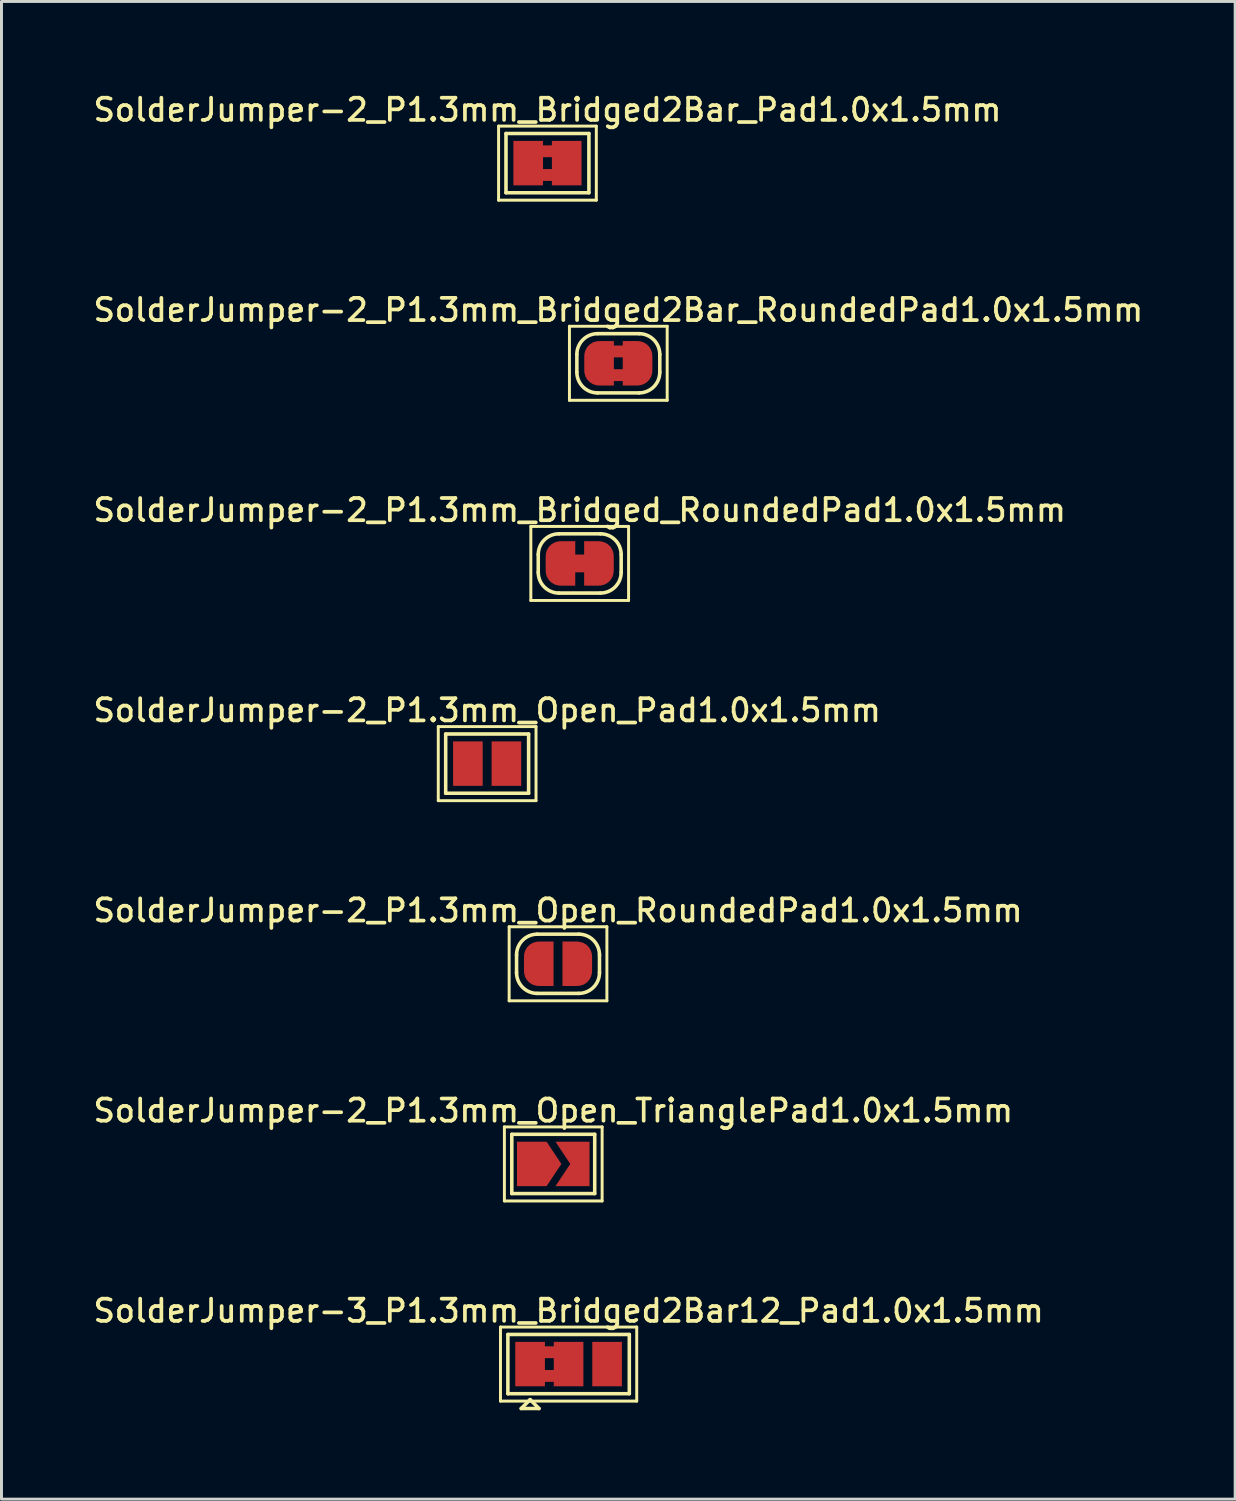
<source format=kicad_pcb>
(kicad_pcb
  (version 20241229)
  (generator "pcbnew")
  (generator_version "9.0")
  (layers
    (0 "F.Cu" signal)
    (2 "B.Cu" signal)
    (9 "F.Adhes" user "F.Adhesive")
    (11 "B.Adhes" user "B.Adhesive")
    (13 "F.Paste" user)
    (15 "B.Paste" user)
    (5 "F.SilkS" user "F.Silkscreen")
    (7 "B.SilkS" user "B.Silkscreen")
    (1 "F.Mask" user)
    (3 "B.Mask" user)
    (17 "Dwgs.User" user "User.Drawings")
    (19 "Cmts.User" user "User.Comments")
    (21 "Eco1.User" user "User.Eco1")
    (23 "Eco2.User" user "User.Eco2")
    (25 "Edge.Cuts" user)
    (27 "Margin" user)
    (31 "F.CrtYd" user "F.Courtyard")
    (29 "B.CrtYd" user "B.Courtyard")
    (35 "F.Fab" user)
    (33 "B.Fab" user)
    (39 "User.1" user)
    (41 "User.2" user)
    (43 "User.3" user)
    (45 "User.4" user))
  (footprint "SolderJumper-2_P1.3mm_Bridged_RoundedPad1.0x1.5mm"
    (layer "F.Cu")
    (at 16.523 15.974)
    (property "Reference" "SolderJumper-2_P1.3mm_Bridged_RoundedPad1.0x1.5mm" (at 0 -1.8 0) (layer "F.SilkS") (effects (font (size 0.75 0.75) (thickness 0.125))))
    (attr exclude_from_pos_files exclude_from_bom)
    (fp_poly (pts (xy 0.25 -0.3) (xy -0.25 -0.3) (xy -0.25 0.3) (xy 0.25 0.3)) (stroke (width 0) (type solid)) (fill yes) (layer "F.Cu"))
    (fp_line (start -1.65 -1.25) (end -1.65 1.25) (stroke (width 0.1) (type solid)) (layer "F.SilkS"))
    (fp_line (start -1.65 -1.25) (end 1.65 -1.25) (stroke (width 0.1) (type solid)) (layer "F.SilkS"))
    (fp_line (start -1.4 0.3) (end -1.4 -0.3) (stroke (width 0.12) (type solid)) (layer "F.SilkS"))
    (fp_line (start -0.7 -1) (end 0.7 -1) (stroke (width 0.12) (type solid)) (layer "F.SilkS"))
    (fp_line (start 0.7 1) (end -0.7 1) (stroke (width 0.12) (type solid)) (layer "F.SilkS"))
    (fp_line (start 1.4 -0.3) (end 1.4 0.3) (stroke (width 0.12) (type solid)) (layer "F.SilkS"))
    (fp_line (start 1.65 1.25) (end -1.65 1.25) (stroke (width 0.1) (type solid)) (layer "F.SilkS"))
    (fp_line (start 1.65 1.25) (end 1.65 -1.25) (stroke (width 0.1) (type solid)) (layer "F.SilkS"))
    (fp_arc (start -1.4 -0.3) (mid -1.194975 -0.794975) (end -0.7 -1) (stroke (width 0.12) (type solid)) (layer "F.SilkS"))
    (fp_arc (start -0.7 1) (mid -1.194975 0.794975) (end -1.4 0.3) (stroke (width 0.12) (type solid)) (layer "F.SilkS"))
    (fp_arc (start 0.7 -1) (mid 1.194975 -0.794975) (end 1.4 -0.3) (stroke (width 0.12) (type solid)) (layer "F.SilkS"))
    (fp_arc (start 1.4 0.3) (mid 1.194975 0.794975) (end 0.7 1) (stroke (width 0.12) (type solid)) (layer "F.SilkS"))
    (pad "1" smd custom (at -0.65 0) (size 1 0.5) (layers "F.Cu" "F.Mask") (options (anchor rect)) (primitives (gr_circle (center 0 0.25) (end 0.5 0.25) (width 0) (fill yes)) (gr_circle (center 0 -0.25) (end 0.5 -0.25) (width 0) (fill yes)) (gr_poly (pts (xy 0.5 0.75) (xy 0 0.75) (xy 0 -0.75) (xy 0.5 -0.75)) (width 0) (fill yes))))
    (pad "2" smd custom (at 0.65 0) (size 1 0.5) (layers "F.Cu" "F.Mask") (options (anchor rect)) (primitives (gr_circle (center 0 0.25) (end 0.5 0.25) (width 0) (fill yes)) (gr_circle (center 0 -0.25) (end 0.5 -0.25) (width 0) (fill yes)) (gr_poly (pts (xy 0 0.75) (xy -0.5 0.75) (xy -0.5 -0.75) (xy 0 -0.75)) (width 0) (fill yes)))))
  (footprint "SolderJumper-2_P1.3mm_Bridged2Bar_Pad1.0x1.5mm"
    (layer "F.Cu")
    (at 15.434 2.458)
    (property "Reference" "SolderJumper-2_P1.3mm_Bridged2Bar_Pad1.0x1.5mm" (at 0 -1.8 0) (layer "F.SilkS") (effects (font (size 0.75 0.75) (thickness 0.125))))
    (attr exclude_from_pos_files exclude_from_bom)
    (fp_poly (pts (xy -0.25 -0.6) (xy 0.25 -0.6) (xy 0.25 -0.2) (xy -0.25 -0.2)) (stroke (width 0) (type solid)) (fill yes) (layer "F.Cu"))
    (fp_poly (pts (xy -0.25 0.2) (xy 0.25 0.2) (xy 0.25 0.6) (xy -0.25 0.6)) (stroke (width 0) (type solid)) (fill yes) (layer "F.Cu"))
    (fp_line (start -1.65 -1.25) (end -1.65 1.25) (stroke (width 0.1) (type solid)) (layer "F.SilkS"))
    (fp_line (start -1.65 -1.25) (end 1.65 -1.25) (stroke (width 0.1) (type solid)) (layer "F.SilkS"))
    (fp_line (start -1.4 -1) (end 1.4 -1) (stroke (width 0.12) (type solid)) (layer "F.SilkS"))
    (fp_line (start -1.4 1) (end -1.4 -1) (stroke (width 0.12) (type solid)) (layer "F.SilkS"))
    (fp_line (start 1.4 -1) (end 1.4 1) (stroke (width 0.12) (type solid)) (layer "F.SilkS"))
    (fp_line (start 1.4 1) (end -1.4 1) (stroke (width 0.12) (type solid)) (layer "F.SilkS"))
    (fp_line (start 1.65 1.25) (end -1.65 1.25) (stroke (width 0.1) (type solid)) (layer "F.SilkS"))
    (fp_line (start 1.65 1.25) (end 1.65 -1.25) (stroke (width 0.1) (type solid)) (layer "F.SilkS"))
    (pad "1" smd rect (at -0.65 0) (size 1 1.5) (layers "F.Cu" "F.Mask"))
    (pad "2" smd rect (at 0.65 0) (size 1 1.5) (layers "F.Cu" "F.Mask")))
  (footprint "SolderJumper-2_P1.3mm_Bridged2Bar_RoundedPad1.0x1.5mm"
    (layer "F.Cu")
    (at 17.827 9.216)
    (property "Reference" "SolderJumper-2_P1.3mm_Bridged2Bar_RoundedPad1.0x1.5mm" (at 0 -1.8 0) (layer "F.SilkS") (effects (font (size 0.75 0.75) (thickness 0.125))))
    (attr exclude_from_pos_files exclude_from_bom)
    (fp_poly (pts (xy -0.25 -0.6) (xy 0.25 -0.6) (xy 0.25 -0.2) (xy -0.25 -0.2)) (stroke (width 0) (type solid)) (fill yes) (layer "F.Cu"))
    (fp_poly (pts (xy -0.25 0.2) (xy 0.25 0.2) (xy 0.25 0.6) (xy -0.25 0.6)) (stroke (width 0) (type solid)) (fill yes) (layer "F.Cu"))
    (fp_line (start -1.65 -1.25) (end -1.65 1.25) (stroke (width 0.1) (type solid)) (layer "F.SilkS"))
    (fp_line (start -1.65 -1.25) (end 1.65 -1.25) (stroke (width 0.1) (type solid)) (layer "F.SilkS"))
    (fp_line (start -1.4 0.3) (end -1.4 -0.3) (stroke (width 0.12) (type solid)) (layer "F.SilkS"))
    (fp_line (start -0.7 -1) (end 0.7 -1) (stroke (width 0.12) (type solid)) (layer "F.SilkS"))
    (fp_line (start 0.7 1) (end -0.7 1) (stroke (width 0.12) (type solid)) (layer "F.SilkS"))
    (fp_line (start 1.4 -0.3) (end 1.4 0.3) (stroke (width 0.12) (type solid)) (layer "F.SilkS"))
    (fp_line (start 1.65 1.25) (end -1.65 1.25) (stroke (width 0.1) (type solid)) (layer "F.SilkS"))
    (fp_line (start 1.65 1.25) (end 1.65 -1.25) (stroke (width 0.1) (type solid)) (layer "F.SilkS"))
    (fp_arc (start -1.4 -0.3) (mid -1.194975 -0.794975) (end -0.7 -1) (stroke (width 0.12) (type solid)) (layer "F.SilkS"))
    (fp_arc (start -0.7 1) (mid -1.194975 0.794975) (end -1.4 0.3) (stroke (width 0.12) (type solid)) (layer "F.SilkS"))
    (fp_arc (start 0.7 -1) (mid 1.194975 -0.794975) (end 1.4 -0.3) (stroke (width 0.12) (type solid)) (layer "F.SilkS"))
    (fp_arc (start 1.4 0.3) (mid 1.194975 0.794975) (end 0.7 1) (stroke (width 0.12) (type solid)) (layer "F.SilkS"))
    (pad "1" smd custom (at -0.65 0) (size 1 0.5) (layers "F.Cu" "F.Mask") (options (anchor rect)) (primitives (gr_circle (center 0 0.25) (end 0.5 0.25) (width 0) (fill yes)) (gr_circle (center 0 -0.25) (end 0.5 -0.25) (width 0) (fill yes)) (gr_poly (pts (xy 0.5 0.75) (xy 0 0.75) (xy 0 -0.75) (xy 0.5 -0.75)) (width 0) (fill yes))))
    (pad "2" smd custom (at 0.65 0) (size 1 0.5) (layers "F.Cu" "F.Mask") (options (anchor rect)) (primitives (gr_circle (center 0 0.25) (end 0.5 0.25) (width 0) (fill yes)) (gr_circle (center 0 -0.25) (end 0.5 -0.25) (width 0) (fill yes)) (gr_poly (pts (xy 0 0.75) (xy -0.5 0.75) (xy -0.5 -0.75) (xy 0 -0.75)) (width 0) (fill yes)))))
  (footprint "SolderJumper-2_P1.3mm_Open_TrianglePad1.0x1.5mm"
    (layer "F.Cu")
    (at 15.63 36.249)
    (property "Reference" "SolderJumper-2_P1.3mm_Open_TrianglePad1.0x1.5mm" (at 0 -1.8 0) (layer "F.SilkS") (effects (font (size 0.75 0.75) (thickness 0.125))))
    (attr exclude_from_pos_files exclude_from_bom)
    (fp_line (start -1.65 -1.25) (end -1.65 1.25) (stroke (width 0.1) (type solid)) (layer "F.SilkS"))
    (fp_line (start -1.65 -1.25) (end 1.65 -1.25) (stroke (width 0.1) (type solid)) (layer "F.SilkS"))
    (fp_line (start -1.4 -1) (end 1.4 -1) (stroke (width 0.12) (type solid)) (layer "F.SilkS"))
    (fp_line (start -1.4 1) (end -1.4 -1) (stroke (width 0.12) (type solid)) (layer "F.SilkS"))
    (fp_line (start 1.4 -1) (end 1.4 1) (stroke (width 0.12) (type solid)) (layer "F.SilkS"))
    (fp_line (start 1.4 1) (end -1.4 1) (stroke (width 0.12) (type solid)) (layer "F.SilkS"))
    (fp_line (start 1.65 1.25) (end -1.65 1.25) (stroke (width 0.1) (type solid)) (layer "F.SilkS"))
    (fp_line (start 1.65 1.25) (end 1.65 -1.25) (stroke (width 0.1) (type solid)) (layer "F.SilkS"))
    (pad "1" smd custom (at -0.725 0) (size 0.3 0.3) (layers "F.Cu" "F.Mask") (options (anchor rect)) (primitives (gr_poly (pts (xy 1 0) (xy 0.5 0.75) (xy -0.5 0.75) (xy -0.5 -0.75) (xy 0.5 -0.75)) (width 0) (fill yes))))
    (pad "2" smd custom (at 0.725 0) (size 0.3 0.3) (layers "F.Cu" "F.Mask") (options (anchor rect)) (primitives (gr_poly (pts (xy 0.5 0.75) (xy -0.65 0.75) (xy -0.15 0) (xy -0.65 -0.75) (xy 0.5 -0.75)) (width 0) (fill yes)))))
  (footprint "SolderJumper-2_P1.3mm_Open_RoundedPad1.0x1.5mm"
    (layer "F.Cu")
    (at 15.791 29.491)
    (property "Reference" "SolderJumper-2_P1.3mm_Open_RoundedPad1.0x1.5mm" (at 0 -1.8 0) (layer "F.SilkS") (effects (font (size 0.75 0.75) (thickness 0.125))))
    (attr exclude_from_pos_files exclude_from_bom)
    (fp_line (start -1.65 -1.25) (end -1.65 1.25) (stroke (width 0.1) (type solid)) (layer "F.SilkS"))
    (fp_line (start -1.65 -1.25) (end 1.65 -1.25) (stroke (width 0.1) (type solid)) (layer "F.SilkS"))
    (fp_line (start -1.4 0.3) (end -1.4 -0.3) (stroke (width 0.12) (type solid)) (layer "F.SilkS"))
    (fp_line (start -0.7 -1) (end 0.7 -1) (stroke (width 0.12) (type solid)) (layer "F.SilkS"))
    (fp_line (start 0.7 1) (end -0.7 1) (stroke (width 0.12) (type solid)) (layer "F.SilkS"))
    (fp_line (start 1.4 -0.3) (end 1.4 0.3) (stroke (width 0.12) (type solid)) (layer "F.SilkS"))
    (fp_line (start 1.65 1.25) (end -1.65 1.25) (stroke (width 0.1) (type solid)) (layer "F.SilkS"))
    (fp_line (start 1.65 1.25) (end 1.65 -1.25) (stroke (width 0.1) (type solid)) (layer "F.SilkS"))
    (fp_arc (start -1.4 -0.3) (mid -1.194975 -0.794975) (end -0.7 -1) (stroke (width 0.12) (type solid)) (layer "F.SilkS"))
    (fp_arc (start -0.7 1) (mid -1.194975 0.794975) (end -1.4 0.3) (stroke (width 0.12) (type solid)) (layer "F.SilkS"))
    (fp_arc (start 0.7 -1) (mid 1.194975 -0.794975) (end 1.4 -0.3) (stroke (width 0.12) (type solid)) (layer "F.SilkS"))
    (fp_arc (start 1.4 0.3) (mid 1.194975 0.794975) (end 0.7 1) (stroke (width 0.12) (type solid)) (layer "F.SilkS"))
    (pad "1" smd custom (at -0.65 0) (size 1 0.5) (layers "F.Cu" "F.Mask") (options (anchor rect)) (primitives (gr_circle (center 0 0.25) (end 0.5 0.25) (width 0) (fill yes)) (gr_circle (center 0 -0.25) (end 0.5 -0.25) (width 0) (fill yes)) (gr_poly (pts (xy 0.5 0.75) (xy 0 0.75) (xy 0 -0.75) (xy 0.5 -0.75)) (width 0) (fill yes))))
    (pad "2" smd custom (at 0.65 0) (size 1 0.5) (layers "F.Cu" "F.Mask") (options (anchor rect)) (primitives (gr_circle (center 0 0.25) (end 0.5 0.25) (width 0) (fill yes)) (gr_circle (center 0 -0.25) (end 0.5 -0.25) (width 0) (fill yes)) (gr_poly (pts (xy 0 0.75) (xy -0.5 0.75) (xy -0.5 -0.75) (xy 0 -0.75)) (width 0) (fill yes)))))
  (footprint "SolderJumper-3_P1.3mm_Bridged2Bar12_Pad1.0x1.5mm"
    (layer "F.Cu")
    (at 16.148 43.007)
    (property "Reference" "SolderJumper-3_P1.3mm_Bridged2Bar12_Pad1.0x1.5mm" (at 0 -1.8 0) (layer "F.SilkS") (effects (font (size 0.75 0.75) (thickness 0.125))))
    (attr exclude_from_pos_files exclude_from_bom)
    (fp_poly (pts (xy -0.9 -0.6) (xy -0.4 -0.6) (xy -0.4 -0.2) (xy -0.9 -0.2)) (stroke (width 0) (type solid)) (fill yes) (layer "F.Cu"))
    (fp_poly (pts (xy -0.9 0.2) (xy -0.4 0.2) (xy -0.4 0.6) (xy -0.9 0.6)) (stroke (width 0) (type solid)) (fill yes) (layer "F.Cu"))
    (fp_line (start -2.3 -1.25) (end -2.3 1.25) (stroke (width 0.1) (type solid)) (layer "F.SilkS"))
    (fp_line (start -2.3 -1.25) (end 2.3 -1.25) (stroke (width 0.1) (type solid)) (layer "F.SilkS"))
    (fp_line (start -2.05 -1) (end 2.05 -1) (stroke (width 0.12) (type solid)) (layer "F.SilkS"))
    (fp_line (start -2.05 1) (end -2.05 -1) (stroke (width 0.12) (type solid)) (layer "F.SilkS"))
    (fp_line (start -1.6 1.5) (end -1 1.5) (stroke (width 0.12) (type solid)) (layer "F.SilkS"))
    (fp_line (start -1.3 1.2) (end -1.6 1.5) (stroke (width 0.12) (type solid)) (layer "F.SilkS"))
    (fp_line (start -1.3 1.2) (end -1 1.5) (stroke (width 0.12) (type solid)) (layer "F.SilkS"))
    (fp_line (start 2.05 -1) (end 2.05 1) (stroke (width 0.12) (type solid)) (layer "F.SilkS"))
    (fp_line (start 2.05 1) (end -2.05 1) (stroke (width 0.12) (type solid)) (layer "F.SilkS"))
    (fp_line (start 2.3 1.25) (end -2.3 1.25) (stroke (width 0.1) (type solid)) (layer "F.SilkS"))
    (fp_line (start 2.3 1.25) (end 2.3 -1.25) (stroke (width 0.1) (type solid)) (layer "F.SilkS"))
    (pad "1" smd rect (at -1.3 0) (size 1 1.5) (layers "F.Cu" "F.Mask"))
    (pad "2" smd rect (at 0 0) (size 1 1.5) (layers "F.Cu" "F.Mask"))
    (pad "3" smd rect (at 1.3 0) (size 1 1.5) (layers "F.Cu" "F.Mask")))
  (footprint "SolderJumper-2_P1.3mm_Open_Pad1.0x1.5mm"
    (layer "F.Cu")
    (at 13.398 22.733)
    (property "Reference" "SolderJumper-2_P1.3mm_Open_Pad1.0x1.5mm" (at 0 -1.8 0) (layer "F.SilkS") (effects (font (size 0.75 0.75) (thickness 0.125))))
    (attr exclude_from_pos_files exclude_from_bom)
    (fp_line (start -1.65 -1.25) (end -1.65 1.25) (stroke (width 0.1) (type solid)) (layer "F.SilkS"))
    (fp_line (start -1.65 -1.25) (end 1.65 -1.25) (stroke (width 0.1) (type solid)) (layer "F.SilkS"))
    (fp_line (start -1.4 -1) (end 1.4 -1) (stroke (width 0.12) (type solid)) (layer "F.SilkS"))
    (fp_line (start -1.4 1) (end -1.4 -1) (stroke (width 0.12) (type solid)) (layer "F.SilkS"))
    (fp_line (start 1.4 -1) (end 1.4 1) (stroke (width 0.12) (type solid)) (layer "F.SilkS"))
    (fp_line (start 1.4 1) (end -1.4 1) (stroke (width 0.12) (type solid)) (layer "F.SilkS"))
    (fp_line (start 1.65 1.25) (end -1.65 1.25) (stroke (width 0.1) (type solid)) (layer "F.SilkS"))
    (fp_line (start 1.65 1.25) (end 1.65 -1.25) (stroke (width 0.1) (type solid)) (layer "F.SilkS"))
    (pad "1" smd rect (at -0.65 0) (size 1 1.5) (layers "F.Cu" "F.Mask"))
    (pad "2" smd rect (at 0.65 0) (size 1 1.5) (layers "F.Cu" "F.Mask")))
  (gr_rect
    (start -3 -3)
    (end 38.654 47.567)
    (stroke (width 0.1) (type default))
    (fill no)
    (layer "Edge.Cuts")))
</source>
